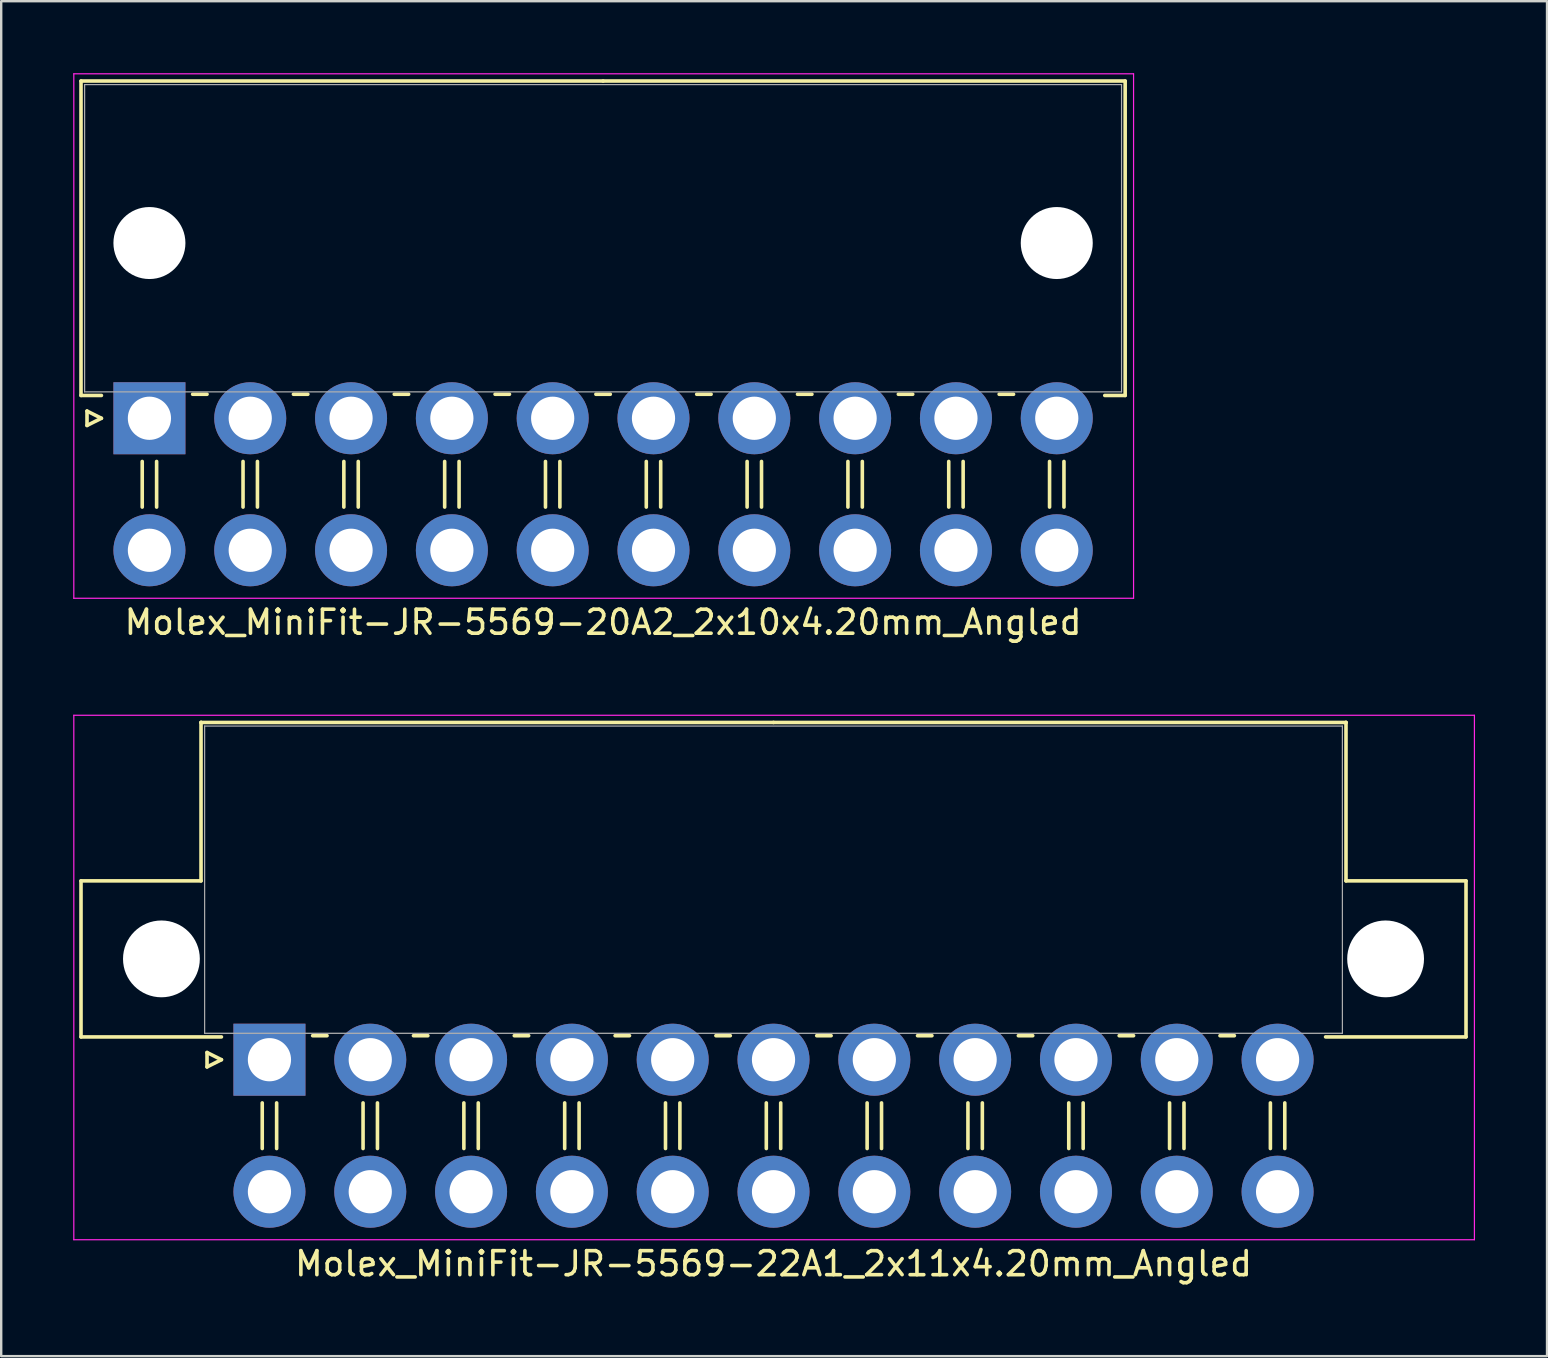
<source format=kicad_pcb>
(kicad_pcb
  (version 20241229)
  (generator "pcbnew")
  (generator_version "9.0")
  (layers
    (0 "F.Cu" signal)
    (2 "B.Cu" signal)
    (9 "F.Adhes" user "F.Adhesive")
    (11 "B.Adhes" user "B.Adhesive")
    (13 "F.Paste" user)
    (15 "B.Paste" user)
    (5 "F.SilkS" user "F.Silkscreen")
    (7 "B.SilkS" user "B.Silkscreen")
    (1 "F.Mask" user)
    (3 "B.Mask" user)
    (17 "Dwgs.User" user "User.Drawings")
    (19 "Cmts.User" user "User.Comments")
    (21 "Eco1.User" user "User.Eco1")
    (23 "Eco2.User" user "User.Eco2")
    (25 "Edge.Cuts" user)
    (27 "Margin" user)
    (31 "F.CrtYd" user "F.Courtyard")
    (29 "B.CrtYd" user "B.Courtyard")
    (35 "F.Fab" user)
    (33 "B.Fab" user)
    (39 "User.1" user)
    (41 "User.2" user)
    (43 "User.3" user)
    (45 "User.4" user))
  (footprint "Molex_MiniFit-JR-5569-20A2_2x10x4.20mm_Angled"
    (layer "F.Cu")
    (at 3.175 14.375)
    (property "Reference" "Molex_MiniFit-JR-5569-20A2_2x10x4.20mm_Angled" (at 18.9 8.5 0) (layer "F.SilkS") (effects (font (size 1 1) (thickness 0.15))))
    (attr through_hole)
    (fp_line (start -2.85 -14.05) (end 18.9 -14.05) (stroke (width 0.15) (type solid)) (layer "F.SilkS"))
    (fp_line (start -2.85 -0.95) (end -2.85 -14.05) (stroke (width 0.15) (type solid)) (layer "F.SilkS"))
    (fp_line (start -2.6 -0.3) (end -2 0) (stroke (width 0.15) (type solid)) (layer "F.SilkS"))
    (fp_line (start -2.6 0.3) (end -2.6 -0.3) (stroke (width 0.15) (type solid)) (layer "F.SilkS"))
    (fp_line (start -2 -0.95) (end -2.85 -0.95) (stroke (width 0.15) (type solid)) (layer "F.SilkS"))
    (fp_line (start -2 0) (end -2.6 0.3) (stroke (width 0.15) (type solid)) (layer "F.SilkS"))
    (fp_line (start -0.3 1.8) (end -0.3 3.7) (stroke (width 0.15) (type solid)) (layer "F.SilkS"))
    (fp_line (start 0.3 1.8) (end 0.3 3.7) (stroke (width 0.15) (type solid)) (layer "F.SilkS"))
    (fp_line (start 1.8 -1) (end 2.4 -1) (stroke (width 0.15) (type solid)) (layer "F.SilkS"))
    (fp_line (start 3.9 1.8) (end 3.9 3.7) (stroke (width 0.15) (type solid)) (layer "F.SilkS"))
    (fp_line (start 4.5 1.8) (end 4.5 3.7) (stroke (width 0.15) (type solid)) (layer "F.SilkS"))
    (fp_line (start 6 -1) (end 6.6 -1) (stroke (width 0.15) (type solid)) (layer "F.SilkS"))
    (fp_line (start 8.1 1.8) (end 8.1 3.7) (stroke (width 0.15) (type solid)) (layer "F.SilkS"))
    (fp_line (start 8.7 1.8) (end 8.7 3.7) (stroke (width 0.15) (type solid)) (layer "F.SilkS"))
    (fp_line (start 10.2 -1) (end 10.8 -1) (stroke (width 0.15) (type solid)) (layer "F.SilkS"))
    (fp_line (start 12.3 1.8) (end 12.3 3.7) (stroke (width 0.15) (type solid)) (layer "F.SilkS"))
    (fp_line (start 12.9 1.8) (end 12.9 3.7) (stroke (width 0.15) (type solid)) (layer "F.SilkS"))
    (fp_line (start 14.4 -1) (end 15 -1) (stroke (width 0.15) (type solid)) (layer "F.SilkS"))
    (fp_line (start 16.5 1.8) (end 16.5 3.7) (stroke (width 0.15) (type solid)) (layer "F.SilkS"))
    (fp_line (start 17.1 1.8) (end 17.1 3.7) (stroke (width 0.15) (type solid)) (layer "F.SilkS"))
    (fp_line (start 18.6 -1) (end 19.2 -1) (stroke (width 0.15) (type solid)) (layer "F.SilkS"))
    (fp_line (start 20.7 1.8) (end 20.7 3.7) (stroke (width 0.15) (type solid)) (layer "F.SilkS"))
    (fp_line (start 21.3 1.8) (end 21.3 3.7) (stroke (width 0.15) (type solid)) (layer "F.SilkS"))
    (fp_line (start 22.8 -1) (end 23.4 -1) (stroke (width 0.15) (type solid)) (layer "F.SilkS"))
    (fp_line (start 24.9 1.8) (end 24.9 3.7) (stroke (width 0.15) (type solid)) (layer "F.SilkS"))
    (fp_line (start 25.5 1.8) (end 25.5 3.7) (stroke (width 0.15) (type solid)) (layer "F.SilkS"))
    (fp_line (start 27 -1) (end 27.6 -1) (stroke (width 0.15) (type solid)) (layer "F.SilkS"))
    (fp_line (start 29.1 1.8) (end 29.1 3.7) (stroke (width 0.15) (type solid)) (layer "F.SilkS"))
    (fp_line (start 29.7 1.8) (end 29.7 3.7) (stroke (width 0.15) (type solid)) (layer "F.SilkS"))
    (fp_line (start 31.2 -1) (end 31.8 -1) (stroke (width 0.15) (type solid)) (layer "F.SilkS"))
    (fp_line (start 33.3 1.8) (end 33.3 3.7) (stroke (width 0.15) (type solid)) (layer "F.SilkS"))
    (fp_line (start 33.9 1.8) (end 33.9 3.7) (stroke (width 0.15) (type solid)) (layer "F.SilkS"))
    (fp_line (start 35.4 -1) (end 36 -1) (stroke (width 0.15) (type solid)) (layer "F.SilkS"))
    (fp_line (start 37.5 1.8) (end 37.5 3.7) (stroke (width 0.15) (type solid)) (layer "F.SilkS"))
    (fp_line (start 38.1 1.8) (end 38.1 3.7) (stroke (width 0.15) (type solid)) (layer "F.SilkS"))
    (fp_line (start 39.8 -0.95) (end 40.65 -0.95) (stroke (width 0.15) (type solid)) (layer "F.SilkS"))
    (fp_line (start 40.65 -14.05) (end 18.9 -14.05) (stroke (width 0.15) (type solid)) (layer "F.SilkS"))
    (fp_line (start 40.65 -0.95) (end 40.65 -14.05) (stroke (width 0.15) (type solid)) (layer "F.SilkS"))
    (fp_line (start -3.15 -14.35) (end -3.15 7.5) (stroke (width 0.05) (type solid)) (layer "F.CrtYd"))
    (fp_line (start -3.15 7.5) (end 41 7.5) (stroke (width 0.05) (type solid)) (layer "F.CrtYd"))
    (fp_line (start 41 -14.35) (end -3.15 -14.35) (stroke (width 0.05) (type solid)) (layer "F.CrtYd"))
    (fp_line (start 41 7.5) (end 41 -14.35) (stroke (width 0.05) (type solid)) (layer "F.CrtYd"))
    (fp_line (start -2.7 -13.9) (end -2.7 -1.1) (stroke (width 0.05) (type solid)) (layer "F.Fab"))
    (fp_line (start -2.7 -1.1) (end 40.5 -1.1) (stroke (width 0.05) (type solid)) (layer "F.Fab"))
    (fp_line (start 40.5 -13.9) (end -2.7 -13.9) (stroke (width 0.05) (type solid)) (layer "F.Fab"))
    (fp_line (start 40.5 -1.1) (end 40.5 -13.9) (stroke (width 0.05) (type solid)) (layer "F.Fab"))
    (pad "" np_thru_hole circle (at 0 -7.3) (size 3 3) (drill 3) (layers "*.Cu"))
    (pad "" np_thru_hole circle (at 37.8 -7.3) (size 3 3) (drill 3) (layers "*.Cu"))
    (pad "1" thru_hole rect (at 0 0) (size 3 3) (drill 1.8) (layers "*.Cu" "*.Mask"))
    (pad "2" thru_hole circle (at 4.2 0) (size 3 3) (drill 1.8) (layers "*.Cu" "*.Mask"))
    (pad "3" thru_hole circle (at 8.4 0) (size 3 3) (drill 1.8) (layers "*.Cu" "*.Mask"))
    (pad "4" thru_hole circle (at 12.6 0) (size 3 3) (drill 1.8) (layers "*.Cu" "*.Mask"))
    (pad "5" thru_hole circle (at 16.8 0) (size 3 3) (drill 1.8) (layers "*.Cu" "*.Mask"))
    (pad "6" thru_hole circle (at 21 0) (size 3 3) (drill 1.8) (layers "*.Cu" "*.Mask"))
    (pad "7" thru_hole circle (at 25.2 0) (size 3 3) (drill 1.8) (layers "*.Cu" "*.Mask"))
    (pad "8" thru_hole circle (at 29.4 0) (size 3 3) (drill 1.8) (layers "*.Cu" "*.Mask"))
    (pad "9" thru_hole circle (at 33.6 0) (size 3 3) (drill 1.8) (layers "*.Cu" "*.Mask"))
    (pad "10" thru_hole circle (at 37.8 0) (size 3 3) (drill 1.8) (layers "*.Cu" "*.Mask"))
    (pad "11" thru_hole circle (at 0 5.5) (size 3 3) (drill 1.8) (layers "*.Cu" "*.Mask"))
    (pad "12" thru_hole circle (at 4.2 5.5) (size 3 3) (drill 1.8) (layers "*.Cu" "*.Mask"))
    (pad "13" thru_hole circle (at 8.4 5.5) (size 3 3) (drill 1.8) (layers "*.Cu" "*.Mask"))
    (pad "14" thru_hole circle (at 12.6 5.5) (size 3 3) (drill 1.8) (layers "*.Cu" "*.Mask"))
    (pad "15" thru_hole circle (at 16.8 5.5) (size 3 3) (drill 1.8) (layers "*.Cu" "*.Mask"))
    (pad "16" thru_hole circle (at 21 5.5) (size 3 3) (drill 1.8) (layers "*.Cu" "*.Mask"))
    (pad "17" thru_hole circle (at 25.2 5.5) (size 3 3) (drill 1.8) (layers "*.Cu" "*.Mask"))
    (pad "18" thru_hole circle (at 29.4 5.5) (size 3 3) (drill 1.8) (layers "*.Cu" "*.Mask"))
    (pad "19" thru_hole circle (at 33.6 5.5) (size 3 3) (drill 1.8) (layers "*.Cu" "*.Mask"))
    (pad "20" thru_hole circle (at 37.8 5.5) (size 3 3) (drill 1.8) (layers "*.Cu" "*.Mask")))
  (footprint "Molex_MiniFit-JR-5569-22A1_2x11x4.20mm_Angled"
    (layer "F.Cu")
    (at 8.175 41.098)
    (property "Reference" "Molex_MiniFit-JR-5569-22A1_2x11x4.20mm_Angled" (at 21 8.5 0) (layer "F.SilkS") (effects (font (size 1 1) (thickness 0.15))))
    (attr through_hole)
    (fp_line (start -7.85 -7.45) (end -7.85 -0.95) (stroke (width 0.15) (type solid)) (layer "F.SilkS"))
    (fp_line (start -7.85 -0.95) (end -2 -0.95) (stroke (width 0.15) (type solid)) (layer "F.SilkS"))
    (fp_line (start -2.85 -14.05) (end -2.85 -14.05) (stroke (width 0.15) (type solid)) (layer "F.SilkS"))
    (fp_line (start -2.85 -14.05) (end -2.85 -7.45) (stroke (width 0.15) (type solid)) (layer "F.SilkS"))
    (fp_line (start -2.85 -7.45) (end -7.85 -7.45) (stroke (width 0.15) (type solid)) (layer "F.SilkS"))
    (fp_line (start -2.6 -0.3) (end -2 0) (stroke (width 0.15) (type solid)) (layer "F.SilkS"))
    (fp_line (start -2.6 0.3) (end -2.6 -0.3) (stroke (width 0.15) (type solid)) (layer "F.SilkS"))
    (fp_line (start -2 0) (end -2.6 0.3) (stroke (width 0.15) (type solid)) (layer "F.SilkS"))
    (fp_line (start -0.3 1.8) (end -0.3 3.7) (stroke (width 0.15) (type solid)) (layer "F.SilkS"))
    (fp_line (start 0.3 1.8) (end 0.3 3.7) (stroke (width 0.15) (type solid)) (layer "F.SilkS"))
    (fp_line (start 1.8 -1) (end 2.4 -1) (stroke (width 0.15) (type solid)) (layer "F.SilkS"))
    (fp_line (start 3.9 1.8) (end 3.9 3.7) (stroke (width 0.15) (type solid)) (layer "F.SilkS"))
    (fp_line (start 4.5 1.8) (end 4.5 3.7) (stroke (width 0.15) (type solid)) (layer "F.SilkS"))
    (fp_line (start 6 -1) (end 6.6 -1) (stroke (width 0.15) (type solid)) (layer "F.SilkS"))
    (fp_line (start 8.1 1.8) (end 8.1 3.7) (stroke (width 0.15) (type solid)) (layer "F.SilkS"))
    (fp_line (start 8.7 1.8) (end 8.7 3.7) (stroke (width 0.15) (type solid)) (layer "F.SilkS"))
    (fp_line (start 10.2 -1) (end 10.8 -1) (stroke (width 0.15) (type solid)) (layer "F.SilkS"))
    (fp_line (start 12.3 1.8) (end 12.3 3.7) (stroke (width 0.15) (type solid)) (layer "F.SilkS"))
    (fp_line (start 12.9 1.8) (end 12.9 3.7) (stroke (width 0.15) (type solid)) (layer "F.SilkS"))
    (fp_line (start 14.4 -1) (end 15 -1) (stroke (width 0.15) (type solid)) (layer "F.SilkS"))
    (fp_line (start 16.5 1.8) (end 16.5 3.7) (stroke (width 0.15) (type solid)) (layer "F.SilkS"))
    (fp_line (start 17.1 1.8) (end 17.1 3.7) (stroke (width 0.15) (type solid)) (layer "F.SilkS"))
    (fp_line (start 18.6 -1) (end 19.2 -1) (stroke (width 0.15) (type solid)) (layer "F.SilkS"))
    (fp_line (start 20.7 1.8) (end 20.7 3.7) (stroke (width 0.15) (type solid)) (layer "F.SilkS"))
    (fp_line (start 21 -14.05) (end -2.85 -14.05) (stroke (width 0.15) (type solid)) (layer "F.SilkS"))
    (fp_line (start 21 -14.05) (end 44.85 -14.05) (stroke (width 0.15) (type solid)) (layer "F.SilkS"))
    (fp_line (start 21.3 1.8) (end 21.3 3.7) (stroke (width 0.15) (type solid)) (layer "F.SilkS"))
    (fp_line (start 22.8 -1) (end 23.4 -1) (stroke (width 0.15) (type solid)) (layer "F.SilkS"))
    (fp_line (start 24.9 1.8) (end 24.9 3.7) (stroke (width 0.15) (type solid)) (layer "F.SilkS"))
    (fp_line (start 25.5 1.8) (end 25.5 3.7) (stroke (width 0.15) (type solid)) (layer "F.SilkS"))
    (fp_line (start 27 -1) (end 27.6 -1) (stroke (width 0.15) (type solid)) (layer "F.SilkS"))
    (fp_line (start 29.1 1.8) (end 29.1 3.7) (stroke (width 0.15) (type solid)) (layer "F.SilkS"))
    (fp_line (start 29.7 1.8) (end 29.7 3.7) (stroke (width 0.15) (type solid)) (layer "F.SilkS"))
    (fp_line (start 31.2 -1) (end 31.8 -1) (stroke (width 0.15) (type solid)) (layer "F.SilkS"))
    (fp_line (start 33.3 1.8) (end 33.3 3.7) (stroke (width 0.15) (type solid)) (layer "F.SilkS"))
    (fp_line (start 33.9 1.8) (end 33.9 3.7) (stroke (width 0.15) (type solid)) (layer "F.SilkS"))
    (fp_line (start 35.4 -1) (end 36 -1) (stroke (width 0.15) (type solid)) (layer "F.SilkS"))
    (fp_line (start 37.5 1.8) (end 37.5 3.7) (stroke (width 0.15) (type solid)) (layer "F.SilkS"))
    (fp_line (start 38.1 1.8) (end 38.1 3.7) (stroke (width 0.15) (type solid)) (layer "F.SilkS"))
    (fp_line (start 39.6 -1) (end 40.2 -1) (stroke (width 0.15) (type solid)) (layer "F.SilkS"))
    (fp_line (start 41.7 1.8) (end 41.7 3.7) (stroke (width 0.15) (type solid)) (layer "F.SilkS"))
    (fp_line (start 42.3 1.8) (end 42.3 3.7) (stroke (width 0.15) (type solid)) (layer "F.SilkS"))
    (fp_line (start 44.85 -14.05) (end 44.85 -14.05) (stroke (width 0.15) (type solid)) (layer "F.SilkS"))
    (fp_line (start 44.85 -14.05) (end 44.85 -7.45) (stroke (width 0.15) (type solid)) (layer "F.SilkS"))
    (fp_line (start 44.85 -7.45) (end 49.85 -7.45) (stroke (width 0.15) (type solid)) (layer "F.SilkS"))
    (fp_line (start 49.85 -7.45) (end 49.85 -0.95) (stroke (width 0.15) (type solid)) (layer "F.SilkS"))
    (fp_line (start 49.85 -0.95) (end 44 -0.95) (stroke (width 0.15) (type solid)) (layer "F.SilkS"))
    (fp_line (start -8.15 -14.35) (end -8.15 7.5) (stroke (width 0.05) (type solid)) (layer "F.CrtYd"))
    (fp_line (start -8.15 7.5) (end 50.2 7.5) (stroke (width 0.05) (type solid)) (layer "F.CrtYd"))
    (fp_line (start 50.2 -14.35) (end -8.15 -14.35) (stroke (width 0.05) (type solid)) (layer "F.CrtYd"))
    (fp_line (start 50.2 7.5) (end 50.2 -14.35) (stroke (width 0.05) (type solid)) (layer "F.CrtYd"))
    (fp_line (start -2.7 -13.9) (end -2.7 -1.1) (stroke (width 0.05) (type solid)) (layer "F.Fab"))
    (fp_line (start -2.7 -1.1) (end 44.7 -1.1) (stroke (width 0.05) (type solid)) (layer "F.Fab"))
    (fp_line (start 44.7 -13.9) (end -2.7 -13.9) (stroke (width 0.05) (type solid)) (layer "F.Fab"))
    (fp_line (start 44.7 -1.1) (end 44.7 -13.9) (stroke (width 0.05) (type solid)) (layer "F.Fab"))
    (pad "" np_thru_hole circle (at -4.5 -4.2) (size 3.2 3.2) (drill 3.2) (layers "*.Cu"))
    (pad "" np_thru_hole circle (at 46.5 -4.2) (size 3.2 3.2) (drill 3.2) (layers "*.Cu"))
    (pad "1" thru_hole rect (at 0 0) (size 3 3) (drill 1.8) (layers "*.Cu" "*.Mask"))
    (pad "2" thru_hole circle (at 4.2 0) (size 3 3) (drill 1.8) (layers "*.Cu" "*.Mask"))
    (pad "3" thru_hole circle (at 8.4 0) (size 3 3) (drill 1.8) (layers "*.Cu" "*.Mask"))
    (pad "4" thru_hole circle (at 12.6 0) (size 3 3) (drill 1.8) (layers "*.Cu" "*.Mask"))
    (pad "5" thru_hole circle (at 16.8 0) (size 3 3) (drill 1.8) (layers "*.Cu" "*.Mask"))
    (pad "6" thru_hole circle (at 21 0) (size 3 3) (drill 1.8) (layers "*.Cu" "*.Mask"))
    (pad "7" thru_hole circle (at 25.2 0) (size 3 3) (drill 1.8) (layers "*.Cu" "*.Mask"))
    (pad "8" thru_hole circle (at 29.4 0) (size 3 3) (drill 1.8) (layers "*.Cu" "*.Mask"))
    (pad "9" thru_hole circle (at 33.6 0) (size 3 3) (drill 1.8) (layers "*.Cu" "*.Mask"))
    (pad "10" thru_hole circle (at 37.8 0) (size 3 3) (drill 1.8) (layers "*.Cu" "*.Mask"))
    (pad "11" thru_hole circle (at 42 0) (size 3 3) (drill 1.8) (layers "*.Cu" "*.Mask"))
    (pad "12" thru_hole circle (at 0 5.5) (size 3 3) (drill 1.8) (layers "*.Cu" "*.Mask"))
    (pad "13" thru_hole circle (at 4.2 5.5) (size 3 3) (drill 1.8) (layers "*.Cu" "*.Mask"))
    (pad "14" thru_hole circle (at 8.4 5.5) (size 3 3) (drill 1.8) (layers "*.Cu" "*.Mask"))
    (pad "15" thru_hole circle (at 12.6 5.5) (size 3 3) (drill 1.8) (layers "*.Cu" "*.Mask"))
    (pad "16" thru_hole circle (at 16.8 5.5) (size 3 3) (drill 1.8) (layers "*.Cu" "*.Mask"))
    (pad "17" thru_hole circle (at 21 5.5) (size 3 3) (drill 1.8) (layers "*.Cu" "*.Mask"))
    (pad "18" thru_hole circle (at 25.2 5.5) (size 3 3) (drill 1.8) (layers "*.Cu" "*.Mask"))
    (pad "19" thru_hole circle (at 29.4 5.5) (size 3 3) (drill 1.8) (layers "*.Cu" "*.Mask"))
    (pad "20" thru_hole circle (at 33.6 5.5) (size 3 3) (drill 1.8) (layers "*.Cu" "*.Mask"))
    (pad "21" thru_hole circle (at 37.8 5.5) (size 3 3) (drill 1.8) (layers "*.Cu" "*.Mask"))
    (pad "22" thru_hole circle (at 42 5.5) (size 3 3) (drill 1.8) (layers "*.Cu" "*.Mask")))
  (gr_rect
    (start -3 -3)
    (end 61.4 53.447)
    (stroke (width 0.1) (type default))
    (fill no)
    (layer "Edge.Cuts")))
</source>
